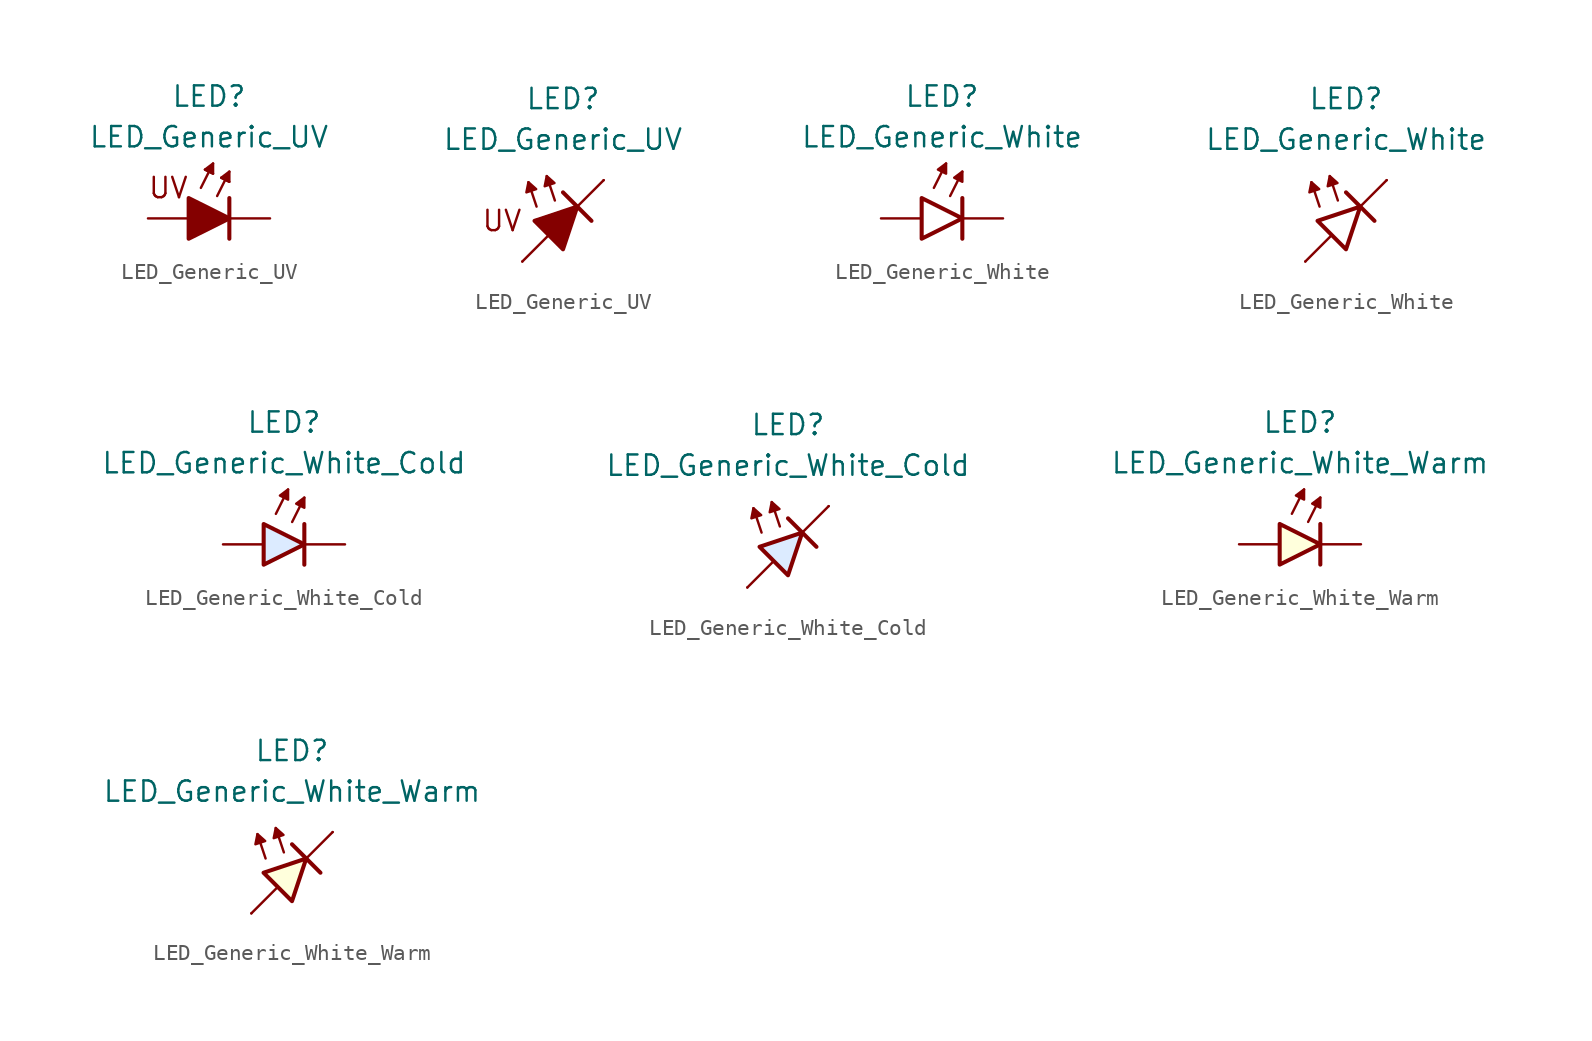
<source format=kicad_sym>
(kicad_symbol_lib
  (version 20231120)
  (generator "kicad_symbol_editor")
  (generator_version "8.0")
  (symbol "LED_Generic_UV"
    (pin_numbers hide)
    (pin_names
      (offset 1.016) hide)
    (property "Reference" "LED"
      (at 0 7.62 0)
      (effects (font (size 1.27 1.27))))
    (property "Value" "LED_Generic_UV"
      (at 0 5.08 0)
      (effects (font (size 1.27 1.27))))
    (symbol "LED_Generic_UV_0_1"
      (polyline (pts (xy -0.508 1.905) (xy 0.254 3.429)) (stroke (width 0.152) (type default)) (fill (type none)))
      (polyline (pts (xy 0 2.921) (xy -0.254 3.048)) (stroke (width 0.152) (type default)) (fill (type none)))
      (polyline (pts (xy 0 2.921) (xy 0.254 2.794)) (stroke (width 0.152) (type default)) (fill (type none)))
      (polyline (pts (xy 0.508 1.397) (xy 1.27 2.921)) (stroke (width 0.152) (type default)) (fill (type none)))
      (polyline (pts (xy 1.016 2.413) (xy 0.762 2.54)) (stroke (width 0.152) (type default)) (fill (type none)))
      (polyline (pts (xy 1.016 2.413) (xy 1.27 2.286)) (stroke (width 0.152) (type default)) (fill (type none)))
      (polyline (pts (xy 1.27 0) (xy -1.27 0)) (stroke (width 0) (type default)) (fill (type none)))
      (polyline (pts (xy 1.27 1.27) (xy 1.27 -1.27)) (stroke (width 0.254) (type default)) (fill (type none)))
      (polyline (pts (xy -1.27 1.27) (xy -1.27 -1.27) (xy 1.27 0) (xy -1.27 1.27)) (stroke (width 0.254) (type default)) (fill (type outline)))
      (polyline (pts (xy 0.254 2.794) (xy -0.254 3.048) (xy 0.254 3.429) (xy 0.254 2.794)) (stroke (width 0.152) (type default)) (fill (type outline)))
      (polyline (pts (xy 1.27 2.286) (xy 0.762 2.54) (xy 1.27 2.921) (xy 1.27 2.286)) (stroke (width 0.152) (type default)) (fill (type outline)))
      (text "UV" (at -2.54 1.905 0) (effects (font (size 1.27 1.27)))))
    (symbol "LED_Generic_UV_0_2"
      (polyline (pts (xy -2.54 -2.54) (xy -0.889 -0.889)) (stroke (width 0) (type default)) (fill (type none)))
      (polyline (pts (xy -1.651 0.889) (xy -2.159 2.413)) (stroke (width 0) (type default)) (fill (type none)))
      (polyline (pts (xy -0.508 1.27) (xy -1.016 2.794)) (stroke (width 0) (type default)) (fill (type none)))
      (polyline (pts (xy 0 1.778) (xy 1.778 0)) (stroke (width 0.254) (type default)) (fill (type none)))
      (polyline (pts (xy 0.889 0.889) (xy 2.54 2.54)) (stroke (width 0) (type default)) (fill (type none)))
      (polyline (pts (xy -2.159 2.413) (xy -2.286 1.778) (xy -1.676 1.981) (xy -2.159 2.413)) (stroke (width 0) (type default)) (fill (type outline)))
      (polyline (pts (xy -1.016 2.794) (xy -1.143 2.159) (xy -0.533 2.362) (xy -1.016 2.794)) (stroke (width 0) (type default)) (fill (type outline)))
      (polyline (pts (xy -0.889 -0.889) (xy -1.778 0) (xy 0.889 0.889) (xy 0 -1.778) (xy -0.889 -0.889)) (stroke (width 0.254) (type default)) (fill (type outline)))
      (text "UV" (at -3.81 0 0) (effects (font (size 1.27 1.27)))))
    (symbol "LED_Generic_UV_1_1"
      (pin passive line (at 3.81 0 180) (length 2.54) (name "K" (effects (font (size 1.27 1.27)))) (number "1" (effects (font (size 1.27 1.27)))))
      (pin passive line (at -3.81 0 0) (length 2.54) (name "A" (effects (font (size 1.27 1.27)))) (number "2" (effects (font (size 1.27 1.27))))))
    (symbol "LED_Generic_UV_1_2"
      (pin passive line (at 2.54 2.54 180) (length 0) (name "K" (effects (font (size 1.27 1.27)))) (number "1" (effects (font (size 1.27 1.27)))))
      (pin passive line (at -2.54 -2.54 0) (length 0) (name "A" (effects (font (size 1.27 1.27)))) (number "2" (effects (font (size 1.27 1.27)))))))
  (symbol "LED_Generic_White"
    (pin_numbers hide)
    (pin_names
      (offset 1.016) hide)
    (property "Reference" "LED"
      (at 0 7.62 0)
      (effects (font (size 1.27 1.27))))
    (property "Value" "LED_Generic_White"
      (at 0 5.08 0)
      (effects (font (size 1.27 1.27))))
    (symbol "LED_Generic_White_0_1"
      (polyline (pts (xy -0.508 1.905) (xy 0.254 3.429)) (stroke (width 0.152) (type default)) (fill (type none)))
      (polyline (pts (xy 0.508 1.397) (xy 1.27 2.921)) (stroke (width 0.152) (type default)) (fill (type none)))
      (polyline (pts (xy 1.27 1.27) (xy 1.27 -1.27)) (stroke (width 0.254) (type default)) (fill (type none)))
      (polyline (pts (xy -1.27 1.27) (xy -1.27 -1.27) (xy 1.27 0) (xy -1.27 1.27)) (stroke (width 0.254) (type default)) (fill (type color) (color 255 255 255 1)))
      (polyline (pts (xy 0.254 2.794) (xy -0.254 3.048) (xy 0.254 3.429) (xy 0.254 2.794)) (stroke (width 0) (type solid)) (fill (type outline)))
      (polyline (pts (xy 1.27 2.286) (xy 0.762 2.54) (xy 1.27 2.921) (xy 1.27 2.286)) (stroke (width 0.152) (type default)) (fill (type outline))))
    (symbol "LED_Generic_White_0_2"
      (polyline (pts (xy -2.54 -2.54) (xy -0.889 -0.889)) (stroke (width 0) (type default)) (fill (type none)))
      (polyline (pts (xy -1.651 0.889) (xy -2.159 2.413)) (stroke (width 0) (type default)) (fill (type none)))
      (polyline (pts (xy -0.508 1.27) (xy -1.016 2.794)) (stroke (width 0) (type default)) (fill (type none)))
      (polyline (pts (xy 0 1.778) (xy 1.778 0)) (stroke (width 0.254) (type default)) (fill (type none)))
      (polyline (pts (xy 0.889 0.889) (xy 2.54 2.54)) (stroke (width 0) (type default)) (fill (type none)))
      (polyline (pts (xy -2.159 2.413) (xy -2.286 1.778) (xy -1.676 1.981) (xy -2.159 2.413)) (stroke (width 0) (type default)) (fill (type outline)))
      (polyline (pts (xy -1.016 2.794) (xy -1.143 2.159) (xy -0.533 2.362) (xy -1.016 2.794)) (stroke (width 0) (type default)) (fill (type outline)))
      (polyline (pts (xy -0.889 -0.889) (xy -1.778 0) (xy 0.889 0.889) (xy 0 -1.778) (xy -0.889 -0.889)) (stroke (width 0.254) (type default)) (fill (type color) (color 255 255 255 1))))
    (symbol "LED_Generic_White_1_1"
      (pin passive line (at 3.81 0 180) (length 2.54) (name "K" (effects (font (size 1.27 1.27)))) (number "1" (effects (font (size 1.27 1.27)))))
      (pin passive line (at -3.81 0 0) (length 2.54) (name "A" (effects (font (size 1.27 1.27)))) (number "2" (effects (font (size 1.27 1.27))))))
    (symbol "LED_Generic_White_1_2"
      (pin passive line (at 2.54 2.54 180) (length 0) (name "K" (effects (font (size 1.27 1.27)))) (number "1" (effects (font (size 1.27 1.27)))))
      (pin passive line (at -2.54 -2.54 0) (length 0) (name "A" (effects (font (size 1.27 1.27)))) (number "2" (effects (font (size 1.27 1.27)))))))
  (symbol "LED_Generic_White_Cold"
    (pin_numbers hide)
    (pin_names
      (offset 1.016) hide)
    (property "Reference" "LED"
      (at 0 7.62 0)
      (effects (font (size 1.27 1.27))))
    (property "Value" "LED_Generic_White_Cold"
      (at 0 5.08 0)
      (effects (font (size 1.27 1.27))))
    (symbol "LED_Generic_White_Cold_0_1"
      (polyline (pts (xy -0.508 1.905) (xy 0.254 3.429)) (stroke (width 0.152) (type default)) (fill (type none)))
      (polyline (pts (xy 0.508 1.397) (xy 1.27 2.921)) (stroke (width 0.152) (type default)) (fill (type none)))
      (polyline (pts (xy 1.27 1.27) (xy 1.27 -1.27)) (stroke (width 0.254) (type default)) (fill (type none)))
      (polyline (pts (xy -1.27 1.27) (xy -1.27 -1.27) (xy 1.27 0) (xy -1.27 1.27)) (stroke (width 0.254) (type default)) (fill (type color) (color 220 235 255 1)))
      (polyline (pts (xy 0.254 2.794) (xy -0.254 3.048) (xy 0.254 3.429) (xy 0.254 2.794)) (stroke (width 0) (type solid)) (fill (type outline)))
      (polyline (pts (xy 1.27 2.286) (xy 0.762 2.54) (xy 1.27 2.921) (xy 1.27 2.286)) (stroke (width 0.152) (type default)) (fill (type outline))))
    (symbol "LED_Generic_White_Cold_0_2"
      (polyline (pts (xy -2.54 -2.54) (xy -0.889 -0.889)) (stroke (width 0) (type default)) (fill (type none)))
      (polyline (pts (xy -1.651 0.889) (xy -2.159 2.413)) (stroke (width 0) (type default)) (fill (type none)))
      (polyline (pts (xy -0.508 1.27) (xy -1.016 2.794)) (stroke (width 0) (type default)) (fill (type none)))
      (polyline (pts (xy 0 1.778) (xy 1.778 0)) (stroke (width 0.254) (type default)) (fill (type none)))
      (polyline (pts (xy 0.889 0.889) (xy 2.54 2.54)) (stroke (width 0) (type default)) (fill (type none)))
      (polyline (pts (xy -2.159 2.413) (xy -2.286 1.778) (xy -1.676 1.981) (xy -2.159 2.413)) (stroke (width 0) (type default)) (fill (type outline)))
      (polyline (pts (xy -1.016 2.794) (xy -1.143 2.159) (xy -0.533 2.362) (xy -1.016 2.794)) (stroke (width 0) (type default)) (fill (type outline)))
      (polyline (pts (xy -0.889 -0.889) (xy -1.778 0) (xy 0.889 0.889) (xy 0 -1.778) (xy -0.889 -0.889)) (stroke (width 0.254) (type default)) (fill (type color) (color 220 235 255 1))))
    (symbol "LED_Generic_White_Cold_1_1"
      (pin passive line (at 3.81 0 180) (length 2.54) (name "K" (effects (font (size 1.27 1.27)))) (number "1" (effects (font (size 1.27 1.27)))))
      (pin passive line (at -3.81 0 0) (length 2.54) (name "A" (effects (font (size 1.27 1.27)))) (number "2" (effects (font (size 1.27 1.27))))))
    (symbol "LED_Generic_White_Cold_1_2"
      (pin passive line (at 2.54 2.54 180) (length 0) (name "K" (effects (font (size 1.27 1.27)))) (number "1" (effects (font (size 1.27 1.27)))))
      (pin passive line (at -2.54 -2.54 0) (length 0) (name "A" (effects (font (size 1.27 1.27)))) (number "2" (effects (font (size 1.27 1.27)))))))
  (symbol "LED_Generic_White_Warm"
    (pin_numbers hide)
    (pin_names
      (offset 1.016) hide)
    (property "Reference" "LED"
      (at 0 7.62 0)
      (effects (font (size 1.27 1.27))))
    (property "Value" "LED_Generic_White_Warm"
      (at 0 5.08 0)
      (effects (font (size 1.27 1.27))))
    (symbol "LED_Generic_White_Warm_0_1"
      (polyline (pts (xy -0.508 1.905) (xy 0.254 3.429)) (stroke (width 0.152) (type default)) (fill (type none)))
      (polyline (pts (xy 0.508 1.397) (xy 1.27 2.921)) (stroke (width 0.152) (type default)) (fill (type none)))
      (polyline (pts (xy 1.27 1.27) (xy 1.27 -1.27)) (stroke (width 0.254) (type default)) (fill (type none)))
      (polyline (pts (xy -1.27 1.27) (xy -1.27 -1.27) (xy 1.27 0) (xy -1.27 1.27)) (stroke (width 0.254) (type default)) (fill (type color) (color 255 255 220 1)))
      (polyline (pts (xy 0.254 2.794) (xy -0.254 3.048) (xy 0.254 3.429) (xy 0.254 2.794)) (stroke (width 0) (type solid)) (fill (type outline)))
      (polyline (pts (xy 1.27 2.286) (xy 0.762 2.54) (xy 1.27 2.921) (xy 1.27 2.286)) (stroke (width 0.152) (type default)) (fill (type outline))))
    (symbol "LED_Generic_White_Warm_0_2"
      (polyline (pts (xy -2.54 -2.54) (xy -0.889 -0.889)) (stroke (width 0) (type default)) (fill (type none)))
      (polyline (pts (xy -1.651 0.889) (xy -2.159 2.413)) (stroke (width 0) (type default)) (fill (type none)))
      (polyline (pts (xy -0.508 1.27) (xy -1.016 2.794)) (stroke (width 0) (type default)) (fill (type none)))
      (polyline (pts (xy 0 1.778) (xy 1.778 0)) (stroke (width 0.254) (type default)) (fill (type none)))
      (polyline (pts (xy 0.889 0.889) (xy 2.54 2.54)) (stroke (width 0) (type default)) (fill (type none)))
      (polyline (pts (xy -2.159 2.413) (xy -2.286 1.778) (xy -1.676 1.981) (xy -2.159 2.413)) (stroke (width 0) (type default)) (fill (type outline)))
      (polyline (pts (xy -1.016 2.794) (xy -1.143 2.159) (xy -0.533 2.362) (xy -1.016 2.794)) (stroke (width 0) (type default)) (fill (type outline)))
      (polyline (pts (xy -0.889 -0.889) (xy -1.778 0) (xy 0.889 0.889) (xy 0 -1.778) (xy -0.889 -0.889)) (stroke (width 0.254) (type default)) (fill (type color) (color 255 255 220 1))))
    (symbol "LED_Generic_White_Warm_1_1"
      (pin passive line (at 3.81 0 180) (length 2.54) (name "K" (effects (font (size 1.27 1.27)))) (number "1" (effects (font (size 1.27 1.27)))))
      (pin passive line (at -3.81 0 0) (length 2.54) (name "A" (effects (font (size 1.27 1.27)))) (number "2" (effects (font (size 1.27 1.27))))))
    (symbol "LED_Generic_White_Warm_1_2"
      (pin passive line (at 2.54 2.54 180) (length 0) (name "K" (effects (font (size 1.27 1.27)))) (number "1" (effects (font (size 1.27 1.27)))))
      (pin passive line (at -2.54 -2.54 0) (length 0) (name "A" (effects (font (size 1.27 1.27)))) (number "2" (effects (font (size 1.27 1.27))))))))
</source>
